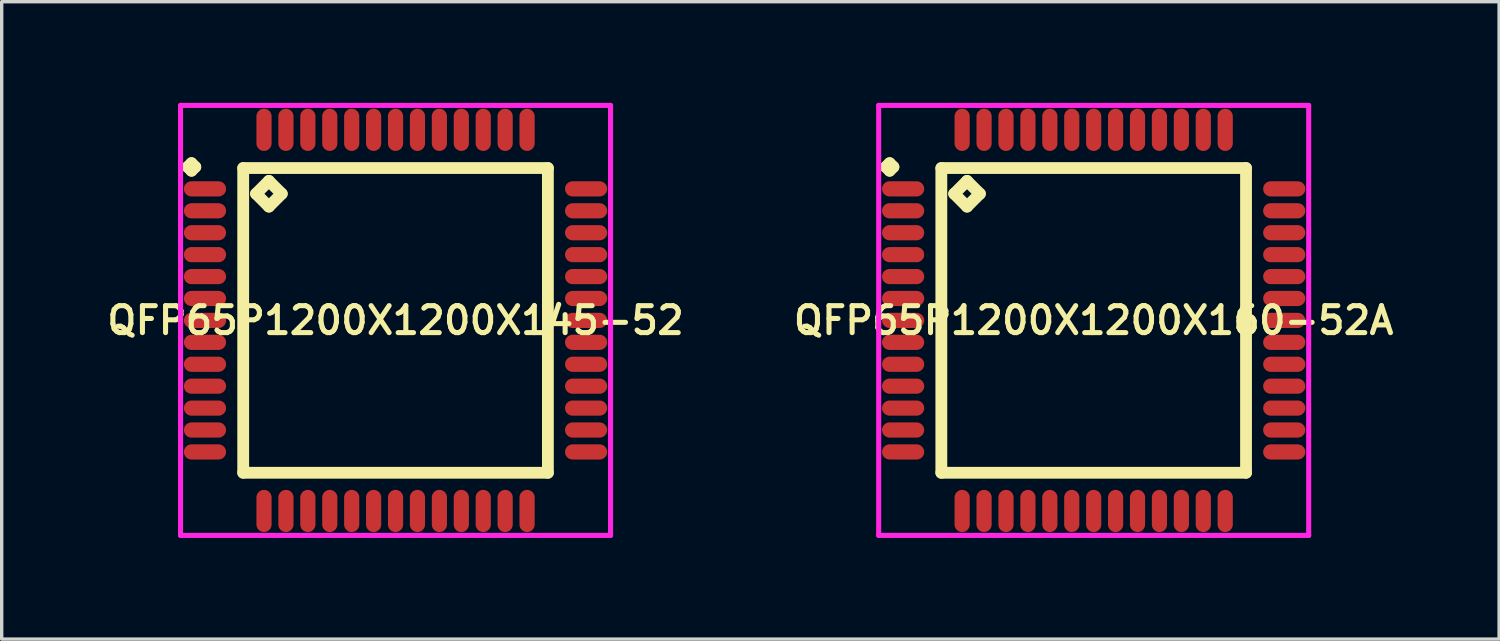
<source format=kicad_pcb>
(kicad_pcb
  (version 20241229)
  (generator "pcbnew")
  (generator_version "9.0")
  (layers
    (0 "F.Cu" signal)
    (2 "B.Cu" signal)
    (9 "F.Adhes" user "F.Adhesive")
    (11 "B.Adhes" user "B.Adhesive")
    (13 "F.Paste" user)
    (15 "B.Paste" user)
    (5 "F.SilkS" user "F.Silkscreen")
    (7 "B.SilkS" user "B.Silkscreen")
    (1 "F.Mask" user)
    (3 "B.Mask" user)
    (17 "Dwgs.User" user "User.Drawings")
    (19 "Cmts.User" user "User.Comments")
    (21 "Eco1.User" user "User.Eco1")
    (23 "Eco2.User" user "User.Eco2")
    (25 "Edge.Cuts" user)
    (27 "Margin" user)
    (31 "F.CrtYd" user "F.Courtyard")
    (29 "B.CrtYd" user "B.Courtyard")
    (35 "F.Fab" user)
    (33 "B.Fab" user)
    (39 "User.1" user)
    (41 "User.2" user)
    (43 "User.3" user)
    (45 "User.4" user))
  (footprint "QFP65P1200X1200X160-52A"
    (layer "F.Cu")
    (at 29.378 6.45)
    (property "Reference" "QFP65P1200X1200X160-52A" (at 0 0 0) (layer "F.SilkS") (effects (font (size 0.8 0.8) (thickness 0.15))))
    (attr through_hole)
    (fp_line (start -6.162 -4.55) (end -6.05 -4.662) (stroke (width 0.35) (type solid)) (layer "F.SilkS"))
    (fp_line (start -6.05 -4.662) (end -5.938 -4.55) (stroke (width 0.35) (type solid)) (layer "F.SilkS"))
    (fp_line (start -6.05 -4.438) (end -6.162 -4.55) (stroke (width 0.35) (type solid)) (layer "F.SilkS"))
    (fp_line (start -5.938 -4.55) (end -6.05 -4.438) (stroke (width 0.35) (type solid)) (layer "F.SilkS"))
    (fp_line (start -4.517 -4.517) (end -4.517 4.517) (stroke (width 0.35) (type solid)) (layer "F.SilkS"))
    (fp_line (start -4.517 4.517) (end 4.517 4.517) (stroke (width 0.35) (type solid)) (layer "F.SilkS"))
    (fp_line (start -4.136 -3.755) (end -3.755 -4.136) (stroke (width 0.35) (type solid)) (layer "F.SilkS"))
    (fp_line (start -3.755 -4.136) (end -3.374 -3.755) (stroke (width 0.35) (type solid)) (layer "F.SilkS"))
    (fp_line (start -3.755 -3.374) (end -4.136 -3.755) (stroke (width 0.35) (type solid)) (layer "F.SilkS"))
    (fp_line (start -3.374 -3.755) (end -3.755 -3.374) (stroke (width 0.35) (type solid)) (layer "F.SilkS"))
    (fp_line (start 4.517 -4.517) (end -4.517 -4.517) (stroke (width 0.35) (type solid)) (layer "F.SilkS"))
    (fp_line (start 4.517 4.517) (end 4.517 -4.517) (stroke (width 0.35) (type solid)) (layer "F.SilkS"))
    (fp_line (start -6.375 -6.375) (end 6.375 -6.375) (stroke (width 0.15) (type solid)) (layer "F.CrtYd"))
    (fp_line (start -6.375 6.375) (end -6.375 -6.375) (stroke (width 0.15) (type solid)) (layer "F.CrtYd"))
    (fp_line (start 6.375 -6.375) (end 6.375 6.375) (stroke (width 0.15) (type solid)) (layer "F.CrtYd"))
    (fp_line (start 6.375 6.375) (end -6.375 6.375) (stroke (width 0.15) (type solid)) (layer "F.CrtYd"))
    (pad "1" smd oval (at -5.65 -3.9) (size 1.25 0.45) (layers "F.Cu" "F.Mask" "F.Paste"))
    (pad "2" smd oval (at -5.65 -3.25) (size 1.25 0.45) (layers "F.Cu" "F.Mask" "F.Paste"))
    (pad "3" smd oval (at -5.65 -2.6) (size 1.25 0.45) (layers "F.Cu" "F.Mask" "F.Paste"))
    (pad "4" smd oval (at -5.65 -1.95) (size 1.25 0.45) (layers "F.Cu" "F.Mask" "F.Paste"))
    (pad "5" smd oval (at -5.65 -1.3) (size 1.25 0.45) (layers "F.Cu" "F.Mask" "F.Paste"))
    (pad "6" smd oval (at -5.65 -0.65) (size 1.25 0.45) (layers "F.Cu" "F.Mask" "F.Paste"))
    (pad "7" smd oval (at -5.65 0) (size 1.25 0.45) (layers "F.Cu" "F.Mask" "F.Paste"))
    (pad "8" smd oval (at -5.65 0.65) (size 1.25 0.45) (layers "F.Cu" "F.Mask" "F.Paste"))
    (pad "9" smd oval (at -5.65 1.3) (size 1.25 0.45) (layers "F.Cu" "F.Mask" "F.Paste"))
    (pad "10" smd oval (at -5.65 1.95) (size 1.25 0.45) (layers "F.Cu" "F.Mask" "F.Paste"))
    (pad "11" smd oval (at -5.65 2.6) (size 1.25 0.45) (layers "F.Cu" "F.Mask" "F.Paste"))
    (pad "12" smd oval (at -5.65 3.25) (size 1.25 0.45) (layers "F.Cu" "F.Mask" "F.Paste"))
    (pad "13" smd oval (at -5.65 3.9) (size 1.25 0.45) (layers "F.Cu" "F.Mask" "F.Paste"))
    (pad "14" smd oval (at -3.9 5.65) (size 0.45 1.25) (layers "F.Cu" "F.Mask" "F.Paste"))
    (pad "15" smd oval (at -3.25 5.65) (size 0.45 1.25) (layers "F.Cu" "F.Mask" "F.Paste"))
    (pad "16" smd oval (at -2.6 5.65) (size 0.45 1.25) (layers "F.Cu" "F.Mask" "F.Paste"))
    (pad "17" smd oval (at -1.95 5.65) (size 0.45 1.25) (layers "F.Cu" "F.Mask" "F.Paste"))
    (pad "18" smd oval (at -1.3 5.65) (size 0.45 1.25) (layers "F.Cu" "F.Mask" "F.Paste"))
    (pad "19" smd oval (at -0.65 5.65) (size 0.45 1.25) (layers "F.Cu" "F.Mask" "F.Paste"))
    (pad "20" smd oval (at 0 5.65) (size 0.45 1.25) (layers "F.Cu" "F.Mask" "F.Paste"))
    (pad "21" smd oval (at 0.65 5.65) (size 0.45 1.25) (layers "F.Cu" "F.Mask" "F.Paste"))
    (pad "22" smd oval (at 1.3 5.65) (size 0.45 1.25) (layers "F.Cu" "F.Mask" "F.Paste"))
    (pad "23" smd oval (at 1.95 5.65) (size 0.45 1.25) (layers "F.Cu" "F.Mask" "F.Paste"))
    (pad "24" smd oval (at 2.6 5.65) (size 0.45 1.25) (layers "F.Cu" "F.Mask" "F.Paste"))
    (pad "25" smd oval (at 3.25 5.65) (size 0.45 1.25) (layers "F.Cu" "F.Mask" "F.Paste"))
    (pad "26" smd oval (at 3.9 5.65) (size 0.45 1.25) (layers "F.Cu" "F.Mask" "F.Paste"))
    (pad "27" smd oval (at 5.65 3.9) (size 1.25 0.45) (layers "F.Cu" "F.Mask" "F.Paste"))
    (pad "28" smd oval (at 5.65 3.25) (size 1.25 0.45) (layers "F.Cu" "F.Mask" "F.Paste"))
    (pad "29" smd oval (at 5.65 2.6) (size 1.25 0.45) (layers "F.Cu" "F.Mask" "F.Paste"))
    (pad "30" smd oval (at 5.65 1.95) (size 1.25 0.45) (layers "F.Cu" "F.Mask" "F.Paste"))
    (pad "31" smd oval (at 5.65 1.3) (size 1.25 0.45) (layers "F.Cu" "F.Mask" "F.Paste"))
    (pad "32" smd oval (at 5.65 0.65) (size 1.25 0.45) (layers "F.Cu" "F.Mask" "F.Paste"))
    (pad "33" smd oval (at 5.65 0) (size 1.25 0.45) (layers "F.Cu" "F.Mask" "F.Paste"))
    (pad "34" smd oval (at 5.65 -0.65) (size 1.25 0.45) (layers "F.Cu" "F.Mask" "F.Paste"))
    (pad "35" smd oval (at 5.65 -1.3) (size 1.25 0.45) (layers "F.Cu" "F.Mask" "F.Paste"))
    (pad "36" smd oval (at 5.65 -1.95) (size 1.25 0.45) (layers "F.Cu" "F.Mask" "F.Paste"))
    (pad "37" smd oval (at 5.65 -2.6) (size 1.25 0.45) (layers "F.Cu" "F.Mask" "F.Paste"))
    (pad "38" smd oval (at 5.65 -3.25) (size 1.25 0.45) (layers "F.Cu" "F.Mask" "F.Paste"))
    (pad "39" smd oval (at 5.65 -3.9) (size 1.25 0.45) (layers "F.Cu" "F.Mask" "F.Paste"))
    (pad "40" smd oval (at 3.9 -5.65) (size 0.45 1.25) (layers "F.Cu" "F.Mask" "F.Paste"))
    (pad "41" smd oval (at 3.25 -5.65) (size 0.45 1.25) (layers "F.Cu" "F.Mask" "F.Paste"))
    (pad "42" smd oval (at 2.6 -5.65) (size 0.45 1.25) (layers "F.Cu" "F.Mask" "F.Paste"))
    (pad "43" smd oval (at 1.95 -5.65) (size 0.45 1.25) (layers "F.Cu" "F.Mask" "F.Paste"))
    (pad "44" smd oval (at 1.3 -5.65) (size 0.45 1.25) (layers "F.Cu" "F.Mask" "F.Paste"))
    (pad "45" smd oval (at 0.65 -5.65) (size 0.45 1.25) (layers "F.Cu" "F.Mask" "F.Paste"))
    (pad "46" smd oval (at 0 -5.65) (size 0.45 1.25) (layers "F.Cu" "F.Mask" "F.Paste"))
    (pad "47" smd oval (at -0.65 -5.65) (size 0.45 1.25) (layers "F.Cu" "F.Mask" "F.Paste"))
    (pad "48" smd oval (at -1.3 -5.65) (size 0.45 1.25) (layers "F.Cu" "F.Mask" "F.Paste"))
    (pad "49" smd oval (at -1.95 -5.65) (size 0.45 1.25) (layers "F.Cu" "F.Mask" "F.Paste"))
    (pad "50" smd oval (at -2.6 -5.65) (size 0.45 1.25) (layers "F.Cu" "F.Mask" "F.Paste"))
    (pad "51" smd oval (at -3.25 -5.65) (size 0.45 1.25) (layers "F.Cu" "F.Mask" "F.Paste"))
    (pad "52" smd oval (at -3.9 -5.65) (size 0.45 1.25) (layers "F.Cu" "F.Mask" "F.Paste")))
  (footprint "QFP65P1200X1200X145-52"
    (layer "F.Cu")
    (at 8.678 6.45)
    (property "Reference" "QFP65P1200X1200X145-52" (at 0 0 0) (layer "F.SilkS") (effects (font (size 0.8 0.8) (thickness 0.15))))
    (attr through_hole)
    (fp_line (start -6.162 -4.55) (end -6.05 -4.662) (stroke (width 0.35) (type solid)) (layer "F.SilkS"))
    (fp_line (start -6.05 -4.662) (end -5.938 -4.55) (stroke (width 0.35) (type solid)) (layer "F.SilkS"))
    (fp_line (start -6.05 -4.438) (end -6.162 -4.55) (stroke (width 0.35) (type solid)) (layer "F.SilkS"))
    (fp_line (start -5.938 -4.55) (end -6.05 -4.438) (stroke (width 0.35) (type solid)) (layer "F.SilkS"))
    (fp_line (start -4.517 -4.517) (end -4.517 4.517) (stroke (width 0.35) (type solid)) (layer "F.SilkS"))
    (fp_line (start -4.517 4.517) (end 4.517 4.517) (stroke (width 0.35) (type solid)) (layer "F.SilkS"))
    (fp_line (start -4.136 -3.755) (end -3.755 -4.136) (stroke (width 0.35) (type solid)) (layer "F.SilkS"))
    (fp_line (start -3.755 -4.136) (end -3.374 -3.755) (stroke (width 0.35) (type solid)) (layer "F.SilkS"))
    (fp_line (start -3.755 -3.374) (end -4.136 -3.755) (stroke (width 0.35) (type solid)) (layer "F.SilkS"))
    (fp_line (start -3.374 -3.755) (end -3.755 -3.374) (stroke (width 0.35) (type solid)) (layer "F.SilkS"))
    (fp_line (start 4.517 -4.517) (end -4.517 -4.517) (stroke (width 0.35) (type solid)) (layer "F.SilkS"))
    (fp_line (start 4.517 4.517) (end 4.517 -4.517) (stroke (width 0.35) (type solid)) (layer "F.SilkS"))
    (fp_line (start -6.375 -6.375) (end 6.375 -6.375) (stroke (width 0.15) (type solid)) (layer "F.CrtYd"))
    (fp_line (start -6.375 6.375) (end -6.375 -6.375) (stroke (width 0.15) (type solid)) (layer "F.CrtYd"))
    (fp_line (start 6.375 -6.375) (end 6.375 6.375) (stroke (width 0.15) (type solid)) (layer "F.CrtYd"))
    (fp_line (start 6.375 6.375) (end -6.375 6.375) (stroke (width 0.15) (type solid)) (layer "F.CrtYd"))
    (pad "1" smd oval (at -5.65 -3.9) (size 1.25 0.45) (layers "F.Cu" "F.Mask" "F.Paste"))
    (pad "2" smd oval (at -5.65 -3.25) (size 1.25 0.45) (layers "F.Cu" "F.Mask" "F.Paste"))
    (pad "3" smd oval (at -5.65 -2.6) (size 1.25 0.45) (layers "F.Cu" "F.Mask" "F.Paste"))
    (pad "4" smd oval (at -5.65 -1.95) (size 1.25 0.45) (layers "F.Cu" "F.Mask" "F.Paste"))
    (pad "5" smd oval (at -5.65 -1.3) (size 1.25 0.45) (layers "F.Cu" "F.Mask" "F.Paste"))
    (pad "6" smd oval (at -5.65 -0.65) (size 1.25 0.45) (layers "F.Cu" "F.Mask" "F.Paste"))
    (pad "7" smd oval (at -5.65 0) (size 1.25 0.45) (layers "F.Cu" "F.Mask" "F.Paste"))
    (pad "8" smd oval (at -5.65 0.65) (size 1.25 0.45) (layers "F.Cu" "F.Mask" "F.Paste"))
    (pad "9" smd oval (at -5.65 1.3) (size 1.25 0.45) (layers "F.Cu" "F.Mask" "F.Paste"))
    (pad "10" smd oval (at -5.65 1.95) (size 1.25 0.45) (layers "F.Cu" "F.Mask" "F.Paste"))
    (pad "11" smd oval (at -5.65 2.6) (size 1.25 0.45) (layers "F.Cu" "F.Mask" "F.Paste"))
    (pad "12" smd oval (at -5.65 3.25) (size 1.25 0.45) (layers "F.Cu" "F.Mask" "F.Paste"))
    (pad "13" smd oval (at -5.65 3.9) (size 1.25 0.45) (layers "F.Cu" "F.Mask" "F.Paste"))
    (pad "14" smd oval (at -3.9 5.65) (size 0.45 1.25) (layers "F.Cu" "F.Mask" "F.Paste"))
    (pad "15" smd oval (at -3.25 5.65) (size 0.45 1.25) (layers "F.Cu" "F.Mask" "F.Paste"))
    (pad "16" smd oval (at -2.6 5.65) (size 0.45 1.25) (layers "F.Cu" "F.Mask" "F.Paste"))
    (pad "17" smd oval (at -1.95 5.65) (size 0.45 1.25) (layers "F.Cu" "F.Mask" "F.Paste"))
    (pad "18" smd oval (at -1.3 5.65) (size 0.45 1.25) (layers "F.Cu" "F.Mask" "F.Paste"))
    (pad "19" smd oval (at -0.65 5.65) (size 0.45 1.25) (layers "F.Cu" "F.Mask" "F.Paste"))
    (pad "20" smd oval (at 0 5.65) (size 0.45 1.25) (layers "F.Cu" "F.Mask" "F.Paste"))
    (pad "21" smd oval (at 0.65 5.65) (size 0.45 1.25) (layers "F.Cu" "F.Mask" "F.Paste"))
    (pad "22" smd oval (at 1.3 5.65) (size 0.45 1.25) (layers "F.Cu" "F.Mask" "F.Paste"))
    (pad "23" smd oval (at 1.95 5.65) (size 0.45 1.25) (layers "F.Cu" "F.Mask" "F.Paste"))
    (pad "24" smd oval (at 2.6 5.65) (size 0.45 1.25) (layers "F.Cu" "F.Mask" "F.Paste"))
    (pad "25" smd oval (at 3.25 5.65) (size 0.45 1.25) (layers "F.Cu" "F.Mask" "F.Paste"))
    (pad "26" smd oval (at 3.9 5.65) (size 0.45 1.25) (layers "F.Cu" "F.Mask" "F.Paste"))
    (pad "27" smd oval (at 5.65 3.9) (size 1.25 0.45) (layers "F.Cu" "F.Mask" "F.Paste"))
    (pad "28" smd oval (at 5.65 3.25) (size 1.25 0.45) (layers "F.Cu" "F.Mask" "F.Paste"))
    (pad "29" smd oval (at 5.65 2.6) (size 1.25 0.45) (layers "F.Cu" "F.Mask" "F.Paste"))
    (pad "30" smd oval (at 5.65 1.95) (size 1.25 0.45) (layers "F.Cu" "F.Mask" "F.Paste"))
    (pad "31" smd oval (at 5.65 1.3) (size 1.25 0.45) (layers "F.Cu" "F.Mask" "F.Paste"))
    (pad "32" smd oval (at 5.65 0.65) (size 1.25 0.45) (layers "F.Cu" "F.Mask" "F.Paste"))
    (pad "33" smd oval (at 5.65 0) (size 1.25 0.45) (layers "F.Cu" "F.Mask" "F.Paste"))
    (pad "34" smd oval (at 5.65 -0.65) (size 1.25 0.45) (layers "F.Cu" "F.Mask" "F.Paste"))
    (pad "35" smd oval (at 5.65 -1.3) (size 1.25 0.45) (layers "F.Cu" "F.Mask" "F.Paste"))
    (pad "36" smd oval (at 5.65 -1.95) (size 1.25 0.45) (layers "F.Cu" "F.Mask" "F.Paste"))
    (pad "37" smd oval (at 5.65 -2.6) (size 1.25 0.45) (layers "F.Cu" "F.Mask" "F.Paste"))
    (pad "38" smd oval (at 5.65 -3.25) (size 1.25 0.45) (layers "F.Cu" "F.Mask" "F.Paste"))
    (pad "39" smd oval (at 5.65 -3.9) (size 1.25 0.45) (layers "F.Cu" "F.Mask" "F.Paste"))
    (pad "40" smd oval (at 3.9 -5.65) (size 0.45 1.25) (layers "F.Cu" "F.Mask" "F.Paste"))
    (pad "41" smd oval (at 3.25 -5.65) (size 0.45 1.25) (layers "F.Cu" "F.Mask" "F.Paste"))
    (pad "42" smd oval (at 2.6 -5.65) (size 0.45 1.25) (layers "F.Cu" "F.Mask" "F.Paste"))
    (pad "43" smd oval (at 1.95 -5.65) (size 0.45 1.25) (layers "F.Cu" "F.Mask" "F.Paste"))
    (pad "44" smd oval (at 1.3 -5.65) (size 0.45 1.25) (layers "F.Cu" "F.Mask" "F.Paste"))
    (pad "45" smd oval (at 0.65 -5.65) (size 0.45 1.25) (layers "F.Cu" "F.Mask" "F.Paste"))
    (pad "46" smd oval (at 0 -5.65) (size 0.45 1.25) (layers "F.Cu" "F.Mask" "F.Paste"))
    (pad "47" smd oval (at -0.65 -5.65) (size 0.45 1.25) (layers "F.Cu" "F.Mask" "F.Paste"))
    (pad "48" smd oval (at -1.3 -5.65) (size 0.45 1.25) (layers "F.Cu" "F.Mask" "F.Paste"))
    (pad "49" smd oval (at -1.95 -5.65) (size 0.45 1.25) (layers "F.Cu" "F.Mask" "F.Paste"))
    (pad "50" smd oval (at -2.6 -5.65) (size 0.45 1.25) (layers "F.Cu" "F.Mask" "F.Paste"))
    (pad "51" smd oval (at -3.25 -5.65) (size 0.45 1.25) (layers "F.Cu" "F.Mask" "F.Paste"))
    (pad "52" smd oval (at -3.9 -5.65) (size 0.45 1.25) (layers "F.Cu" "F.Mask" "F.Paste")))
  (gr_rect
    (start -3 -3)
    (end 41.399 15.9)
    (stroke (width 0.1) (type default))
    (fill no)
    (layer "Edge.Cuts")))
</source>
